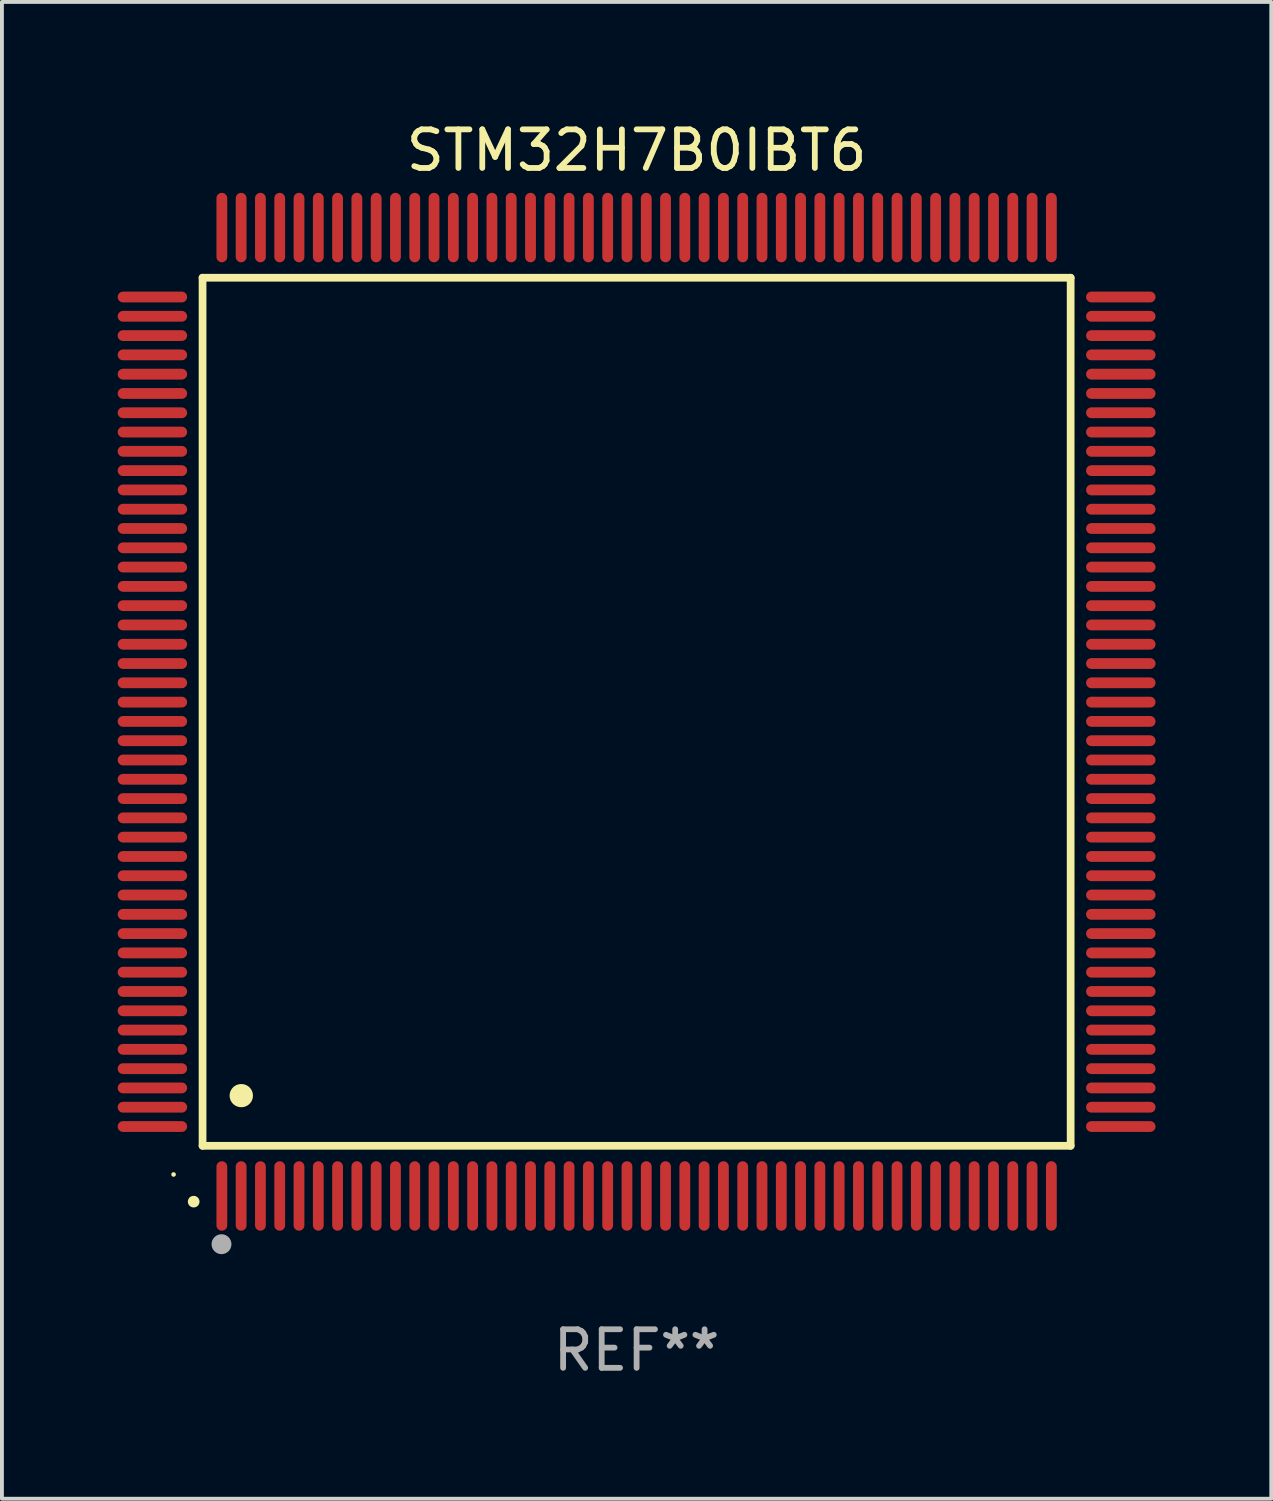
<source format=kicad_pcb>
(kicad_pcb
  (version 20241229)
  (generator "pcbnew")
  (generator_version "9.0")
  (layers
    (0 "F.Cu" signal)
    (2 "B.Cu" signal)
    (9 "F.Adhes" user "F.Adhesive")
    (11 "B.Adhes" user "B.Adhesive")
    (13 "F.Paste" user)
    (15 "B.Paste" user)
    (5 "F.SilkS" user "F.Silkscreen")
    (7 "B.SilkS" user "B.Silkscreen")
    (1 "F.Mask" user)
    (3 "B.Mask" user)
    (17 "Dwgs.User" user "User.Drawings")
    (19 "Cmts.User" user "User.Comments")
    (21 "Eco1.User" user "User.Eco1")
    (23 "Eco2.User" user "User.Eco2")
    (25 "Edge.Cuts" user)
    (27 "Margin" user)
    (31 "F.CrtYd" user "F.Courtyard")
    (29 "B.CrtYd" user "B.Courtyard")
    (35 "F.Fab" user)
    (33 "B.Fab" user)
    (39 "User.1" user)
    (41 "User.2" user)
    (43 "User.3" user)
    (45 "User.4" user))
  (footprint "STM32H7B0IBT6"
    (layer "F.Cu")
    (at 13.45 15.398)
    (property "Reference" "STM32H7B0IBT6" (at 0 -14.55 0) (layer "F.SilkS") (effects (font (size 1 1) (thickness 0.15))))
    (attr through_hole)
    (fp_line (start -11.25 -11.25) (end 11.25 -11.25) (stroke (width 0.2) (type solid)) (layer "F.SilkS"))
    (fp_line (start -11.25 11.25) (end -11.25 -11.25) (stroke (width 0.2) (type solid)) (layer "F.SilkS"))
    (fp_line (start 11.25 -11.25) (end 11.25 11.25) (stroke (width 0.2) (type solid)) (layer "F.SilkS"))
    (fp_line (start 11.25 11.25) (end -11.25 11.25) (stroke (width 0.2) (type solid)) (layer "F.SilkS"))
    (fp_arc (start -11.481382 12.697206) (mid -11.480112 12.697201) (end -11.478842 12.697206) (stroke (width 0.3) (type solid)) (layer "F.SilkS"))
    (fp_arc (start -10.24892 9.9492) (mid -10.24638 9.949189) (end -10.24384 9.9492) (stroke (width 0.6) (type solid)) (layer "F.SilkS"))
    (fp_circle (center -12.001 11.993) (end -11.971 11.993) (stroke (width 0.06) (type solid)) (fill no) (layer "F.SilkS"))
    (fp_circle (center -10.759 13.8) (end -10.628 13.8) (stroke (width 0.254) (type solid)) (fill no) (layer "F.Fab"))
    (fp_text user "REF**" (at 0 16.55 0) (layer "F.Fab") (effects (font (size 1 1) (thickness 0.15))))
    (pad "1" smd oval (at -10.75 12.55 180) (size 0.28 1.8) (layers "F.Cu" "F.Mask" "F.Paste"))
    (pad "2" smd oval (at -10.25 12.55 180) (size 0.28 1.8) (layers "F.Cu" "F.Mask" "F.Paste"))
    (pad "3" smd oval (at -9.75 12.55 180) (size 0.28 1.8) (layers "F.Cu" "F.Mask" "F.Paste"))
    (pad "4" smd oval (at -9.25 12.55 180) (size 0.28 1.8) (layers "F.Cu" "F.Mask" "F.Paste"))
    (pad "5" smd oval (at -8.75 12.55 180) (size 0.28 1.8) (layers "F.Cu" "F.Mask" "F.Paste"))
    (pad "6" smd oval (at -8.25 12.55 180) (size 0.28 1.8) (layers "F.Cu" "F.Mask" "F.Paste"))
    (pad "7" smd oval (at -7.75 12.55 180) (size 0.28 1.8) (layers "F.Cu" "F.Mask" "F.Paste"))
    (pad "8" smd oval (at -7.25 12.55 180) (size 0.28 1.8) (layers "F.Cu" "F.Mask" "F.Paste"))
    (pad "9" smd oval (at -6.75 12.55 180) (size 0.28 1.8) (layers "F.Cu" "F.Mask" "F.Paste"))
    (pad "10" smd oval (at -6.25 12.55 180) (size 0.28 1.8) (layers "F.Cu" "F.Mask" "F.Paste"))
    (pad "11" smd oval (at -5.75 12.55 180) (size 0.28 1.8) (layers "F.Cu" "F.Mask" "F.Paste"))
    (pad "12" smd oval (at -5.25 12.55 180) (size 0.28 1.8) (layers "F.Cu" "F.Mask" "F.Paste"))
    (pad "13" smd oval (at -4.75 12.55 180) (size 0.28 1.8) (layers "F.Cu" "F.Mask" "F.Paste"))
    (pad "14" smd oval (at -4.25 12.55 180) (size 0.28 1.8) (layers "F.Cu" "F.Mask" "F.Paste"))
    (pad "15" smd oval (at -3.75 12.55 180) (size 0.28 1.8) (layers "F.Cu" "F.Mask" "F.Paste"))
    (pad "16" smd oval (at -3.25 12.55 180) (size 0.28 1.8) (layers "F.Cu" "F.Mask" "F.Paste"))
    (pad "17" smd oval (at -2.75 12.55 180) (size 0.28 1.8) (layers "F.Cu" "F.Mask" "F.Paste"))
    (pad "18" smd oval (at -2.25 12.55 180) (size 0.28 1.8) (layers "F.Cu" "F.Mask" "F.Paste"))
    (pad "19" smd oval (at -1.75 12.55 180) (size 0.28 1.8) (layers "F.Cu" "F.Mask" "F.Paste"))
    (pad "20" smd oval (at -1.25 12.55 180) (size 0.28 1.8) (layers "F.Cu" "F.Mask" "F.Paste"))
    (pad "21" smd oval (at -0.75 12.55 180) (size 0.28 1.8) (layers "F.Cu" "F.Mask" "F.Paste"))
    (pad "22" smd oval (at -0.25 12.55 180) (size 0.28 1.8) (layers "F.Cu" "F.Mask" "F.Paste"))
    (pad "23" smd oval (at 0.25 12.55 180) (size 0.28 1.8) (layers "F.Cu" "F.Mask" "F.Paste"))
    (pad "24" smd oval (at 0.75 12.55 180) (size 0.28 1.8) (layers "F.Cu" "F.Mask" "F.Paste"))
    (pad "25" smd oval (at 1.25 12.55 180) (size 0.28 1.8) (layers "F.Cu" "F.Mask" "F.Paste"))
    (pad "26" smd oval (at 1.75 12.55 180) (size 0.28 1.8) (layers "F.Cu" "F.Mask" "F.Paste"))
    (pad "27" smd oval (at 2.25 12.55 180) (size 0.28 1.8) (layers "F.Cu" "F.Mask" "F.Paste"))
    (pad "28" smd oval (at 2.75 12.55 180) (size 0.28 1.8) (layers "F.Cu" "F.Mask" "F.Paste"))
    (pad "29" smd oval (at 3.25 12.55 180) (size 0.28 1.8) (layers "F.Cu" "F.Mask" "F.Paste"))
    (pad "30" smd oval (at 3.75 12.55 180) (size 0.28 1.8) (layers "F.Cu" "F.Mask" "F.Paste"))
    (pad "31" smd oval (at 4.25 12.55 180) (size 0.28 1.8) (layers "F.Cu" "F.Mask" "F.Paste"))
    (pad "32" smd oval (at 4.75 12.55 180) (size 0.28 1.8) (layers "F.Cu" "F.Mask" "F.Paste"))
    (pad "33" smd oval (at 5.25 12.55 180) (size 0.28 1.8) (layers "F.Cu" "F.Mask" "F.Paste"))
    (pad "34" smd oval (at 5.75 12.55 180) (size 0.28 1.8) (layers "F.Cu" "F.Mask" "F.Paste"))
    (pad "35" smd oval (at 6.25 12.55 180) (size 0.28 1.8) (layers "F.Cu" "F.Mask" "F.Paste"))
    (pad "36" smd oval (at 6.75 12.55 180) (size 0.28 1.8) (layers "F.Cu" "F.Mask" "F.Paste"))
    (pad "37" smd oval (at 7.25 12.55 180) (size 0.28 1.8) (layers "F.Cu" "F.Mask" "F.Paste"))
    (pad "38" smd oval (at 7.75 12.55 180) (size 0.28 1.8) (layers "F.Cu" "F.Mask" "F.Paste"))
    (pad "39" smd oval (at 8.25 12.55 180) (size 0.28 1.8) (layers "F.Cu" "F.Mask" "F.Paste"))
    (pad "40" smd oval (at 8.75 12.55 180) (size 0.28 1.8) (layers "F.Cu" "F.Mask" "F.Paste"))
    (pad "41" smd oval (at 9.25 12.55 180) (size 0.28 1.8) (layers "F.Cu" "F.Mask" "F.Paste"))
    (pad "42" smd oval (at 9.75 12.55 180) (size 0.28 1.8) (layers "F.Cu" "F.Mask" "F.Paste"))
    (pad "43" smd oval (at 10.25 12.55 180) (size 0.28 1.8) (layers "F.Cu" "F.Mask" "F.Paste"))
    (pad "44" smd oval (at 10.75 12.55 180) (size 0.28 1.8) (layers "F.Cu" "F.Mask" "F.Paste"))
    (pad "45" smd oval (at 12.55 10.75 90) (size 0.28 1.8) (layers "F.Cu" "F.Mask" "F.Paste"))
    (pad "46" smd oval (at 12.55 10.25 90) (size 0.28 1.8) (layers "F.Cu" "F.Mask" "F.Paste"))
    (pad "47" smd oval (at 12.55 9.75 90) (size 0.28 1.8) (layers "F.Cu" "F.Mask" "F.Paste"))
    (pad "48" smd oval (at 12.55 9.25 90) (size 0.28 1.8) (layers "F.Cu" "F.Mask" "F.Paste"))
    (pad "49" smd oval (at 12.55 8.75 90) (size 0.28 1.8) (layers "F.Cu" "F.Mask" "F.Paste"))
    (pad "50" smd oval (at 12.55 8.25 90) (size 0.28 1.8) (layers "F.Cu" "F.Mask" "F.Paste"))
    (pad "51" smd oval (at 12.55 7.75 90) (size 0.28 1.8) (layers "F.Cu" "F.Mask" "F.Paste"))
    (pad "52" smd oval (at 12.55 7.25 90) (size 0.28 1.8) (layers "F.Cu" "F.Mask" "F.Paste"))
    (pad "53" smd oval (at 12.55 6.75 90) (size 0.28 1.8) (layers "F.Cu" "F.Mask" "F.Paste"))
    (pad "54" smd oval (at 12.55 6.25 90) (size 0.28 1.8) (layers "F.Cu" "F.Mask" "F.Paste"))
    (pad "55" smd oval (at 12.55 5.75 90) (size 0.28 1.8) (layers "F.Cu" "F.Mask" "F.Paste"))
    (pad "56" smd oval (at 12.55 5.25 90) (size 0.28 1.8) (layers "F.Cu" "F.Mask" "F.Paste"))
    (pad "57" smd oval (at 12.55 4.75 90) (size 0.28 1.8) (layers "F.Cu" "F.Mask" "F.Paste"))
    (pad "58" smd oval (at 12.55 4.25 90) (size 0.28 1.8) (layers "F.Cu" "F.Mask" "F.Paste"))
    (pad "59" smd oval (at 12.55 3.75 90) (size 0.28 1.8) (layers "F.Cu" "F.Mask" "F.Paste"))
    (pad "60" smd oval (at 12.55 3.25 90) (size 0.28 1.8) (layers "F.Cu" "F.Mask" "F.Paste"))
    (pad "61" smd oval (at 12.55 2.75 90) (size 0.28 1.8) (layers "F.Cu" "F.Mask" "F.Paste"))
    (pad "62" smd oval (at 12.55 2.25 90) (size 0.28 1.8) (layers "F.Cu" "F.Mask" "F.Paste"))
    (pad "63" smd oval (at 12.55 1.75 90) (size 0.28 1.8) (layers "F.Cu" "F.Mask" "F.Paste"))
    (pad "64" smd oval (at 12.55 1.25 90) (size 0.28 1.8) (layers "F.Cu" "F.Mask" "F.Paste"))
    (pad "65" smd oval (at 12.55 0.75 90) (size 0.28 1.8) (layers "F.Cu" "F.Mask" "F.Paste"))
    (pad "66" smd oval (at 12.55 0.25 90) (size 0.28 1.8) (layers "F.Cu" "F.Mask" "F.Paste"))
    (pad "67" smd oval (at 12.55 -0.25 90) (size 0.28 1.8) (layers "F.Cu" "F.Mask" "F.Paste"))
    (pad "68" smd oval (at 12.55 -0.75 90) (size 0.28 1.8) (layers "F.Cu" "F.Mask" "F.Paste"))
    (pad "69" smd oval (at 12.55 -1.25 90) (size 0.28 1.8) (layers "F.Cu" "F.Mask" "F.Paste"))
    (pad "70" smd oval (at 12.55 -1.75 90) (size 0.28 1.8) (layers "F.Cu" "F.Mask" "F.Paste"))
    (pad "71" smd oval (at 12.55 -2.25 90) (size 0.28 1.8) (layers "F.Cu" "F.Mask" "F.Paste"))
    (pad "72" smd oval (at 12.55 -2.75 90) (size 0.28 1.8) (layers "F.Cu" "F.Mask" "F.Paste"))
    (pad "73" smd oval (at 12.55 -3.25 90) (size 0.28 1.8) (layers "F.Cu" "F.Mask" "F.Paste"))
    (pad "74" smd oval (at 12.55 -3.75 90) (size 0.28 1.8) (layers "F.Cu" "F.Mask" "F.Paste"))
    (pad "75" smd oval (at 12.55 -4.25 90) (size 0.28 1.8) (layers "F.Cu" "F.Mask" "F.Paste"))
    (pad "76" smd oval (at 12.55 -4.75 90) (size 0.28 1.8) (layers "F.Cu" "F.Mask" "F.Paste"))
    (pad "77" smd oval (at 12.55 -5.25 90) (size 0.28 1.8) (layers "F.Cu" "F.Mask" "F.Paste"))
    (pad "78" smd oval (at 12.55 -5.75 90) (size 0.28 1.8) (layers "F.Cu" "F.Mask" "F.Paste"))
    (pad "79" smd oval (at 12.55 -6.25 90) (size 0.28 1.8) (layers "F.Cu" "F.Mask" "F.Paste"))
    (pad "80" smd oval (at 12.55 -6.75 90) (size 0.28 1.8) (layers "F.Cu" "F.Mask" "F.Paste"))
    (pad "81" smd oval (at 12.55 -7.25 90) (size 0.28 1.8) (layers "F.Cu" "F.Mask" "F.Paste"))
    (pad "82" smd oval (at 12.55 -7.75 90) (size 0.28 1.8) (layers "F.Cu" "F.Mask" "F.Paste"))
    (pad "83" smd oval (at 12.55 -8.25 90) (size 0.28 1.8) (layers "F.Cu" "F.Mask" "F.Paste"))
    (pad "84" smd oval (at 12.55 -8.75 90) (size 0.28 1.8) (layers "F.Cu" "F.Mask" "F.Paste"))
    (pad "85" smd oval (at 12.55 -9.25 90) (size 0.28 1.8) (layers "F.Cu" "F.Mask" "F.Paste"))
    (pad "86" smd oval (at 12.55 -9.75 90) (size 0.28 1.8) (layers "F.Cu" "F.Mask" "F.Paste"))
    (pad "87" smd oval (at 12.55 -10.25 90) (size 0.28 1.8) (layers "F.Cu" "F.Mask" "F.Paste"))
    (pad "88" smd oval (at 12.55 -10.75 90) (size 0.28 1.8) (layers "F.Cu" "F.Mask" "F.Paste"))
    (pad "89" smd oval (at 10.75 -12.55 180) (size 0.28 1.8) (layers "F.Cu" "F.Mask" "F.Paste"))
    (pad "90" smd oval (at 10.25 -12.55 180) (size 0.28 1.8) (layers "F.Cu" "F.Mask" "F.Paste"))
    (pad "91" smd oval (at 9.75 -12.55 180) (size 0.28 1.8) (layers "F.Cu" "F.Mask" "F.Paste"))
    (pad "92" smd oval (at 9.25 -12.55 180) (size 0.28 1.8) (layers "F.Cu" "F.Mask" "F.Paste"))
    (pad "93" smd oval (at 8.75 -12.55 180) (size 0.28 1.8) (layers "F.Cu" "F.Mask" "F.Paste"))
    (pad "94" smd oval (at 8.25 -12.55 180) (size 0.28 1.8) (layers "F.Cu" "F.Mask" "F.Paste"))
    (pad "95" smd oval (at 7.75 -12.55 180) (size 0.28 1.8) (layers "F.Cu" "F.Mask" "F.Paste"))
    (pad "96" smd oval (at 7.25 -12.55 180) (size 0.28 1.8) (layers "F.Cu" "F.Mask" "F.Paste"))
    (pad "97" smd oval (at 6.75 -12.55 180) (size 0.28 1.8) (layers "F.Cu" "F.Mask" "F.Paste"))
    (pad "98" smd oval (at 6.25 -12.55 180) (size 0.28 1.8) (layers "F.Cu" "F.Mask" "F.Paste"))
    (pad "99" smd oval (at 5.75 -12.55 180) (size 0.28 1.8) (layers "F.Cu" "F.Mask" "F.Paste"))
    (pad "100" smd oval (at 5.25 -12.55 180) (size 0.28 1.8) (layers "F.Cu" "F.Mask" "F.Paste"))
    (pad "101" smd oval (at 4.75 -12.55 180) (size 0.28 1.8) (layers "F.Cu" "F.Mask" "F.Paste"))
    (pad "102" smd oval (at 4.25 -12.55 180) (size 0.28 1.8) (layers "F.Cu" "F.Mask" "F.Paste"))
    (pad "103" smd oval (at 3.75 -12.55 180) (size 0.28 1.8) (layers "F.Cu" "F.Mask" "F.Paste"))
    (pad "104" smd oval (at 3.25 -12.55 180) (size 0.28 1.8) (layers "F.Cu" "F.Mask" "F.Paste"))
    (pad "105" smd oval (at 2.75 -12.55 180) (size 0.28 1.8) (layers "F.Cu" "F.Mask" "F.Paste"))
    (pad "106" smd oval (at 2.25 -12.55 180) (size 0.28 1.8) (layers "F.Cu" "F.Mask" "F.Paste"))
    (pad "107" smd oval (at 1.75 -12.55 180) (size 0.28 1.8) (layers "F.Cu" "F.Mask" "F.Paste"))
    (pad "108" smd oval (at 1.25 -12.55 180) (size 0.28 1.8) (layers "F.Cu" "F.Mask" "F.Paste"))
    (pad "109" smd oval (at 0.75 -12.55 180) (size 0.28 1.8) (layers "F.Cu" "F.Mask" "F.Paste"))
    (pad "110" smd oval (at 0.25 -12.55 180) (size 0.28 1.8) (layers "F.Cu" "F.Mask" "F.Paste"))
    (pad "111" smd oval (at -0.25 -12.55 180) (size 0.28 1.8) (layers "F.Cu" "F.Mask" "F.Paste"))
    (pad "112" smd oval (at -0.75 -12.55 180) (size 0.28 1.8) (layers "F.Cu" "F.Mask" "F.Paste"))
    (pad "113" smd oval (at -1.25 -12.55 180) (size 0.28 1.8) (layers "F.Cu" "F.Mask" "F.Paste"))
    (pad "114" smd oval (at -1.75 -12.55 180) (size 0.28 1.8) (layers "F.Cu" "F.Mask" "F.Paste"))
    (pad "115" smd oval (at -2.25 -12.55 180) (size 0.28 1.8) (layers "F.Cu" "F.Mask" "F.Paste"))
    (pad "116" smd oval (at -2.75 -12.55 180) (size 0.28 1.8) (layers "F.Cu" "F.Mask" "F.Paste"))
    (pad "117" smd oval (at -3.25 -12.55 180) (size 0.28 1.8) (layers "F.Cu" "F.Mask" "F.Paste"))
    (pad "118" smd oval (at -3.75 -12.55 180) (size 0.28 1.8) (layers "F.Cu" "F.Mask" "F.Paste"))
    (pad "119" smd oval (at -4.25 -12.55 180) (size 0.28 1.8) (layers "F.Cu" "F.Mask" "F.Paste"))
    (pad "120" smd oval (at -4.75 -12.55 180) (size 0.28 1.8) (layers "F.Cu" "F.Mask" "F.Paste"))
    (pad "121" smd oval (at -5.25 -12.55 180) (size 0.28 1.8) (layers "F.Cu" "F.Mask" "F.Paste"))
    (pad "122" smd oval (at -5.75 -12.55 180) (size 0.28 1.8) (layers "F.Cu" "F.Mask" "F.Paste"))
    (pad "123" smd oval (at -6.25 -12.55 180) (size 0.28 1.8) (layers "F.Cu" "F.Mask" "F.Paste"))
    (pad "124" smd oval (at -6.75 -12.55 180) (size 0.28 1.8) (layers "F.Cu" "F.Mask" "F.Paste"))
    (pad "125" smd oval (at -7.25 -12.55 180) (size 0.28 1.8) (layers "F.Cu" "F.Mask" "F.Paste"))
    (pad "126" smd oval (at -7.75 -12.55 180) (size 0.28 1.8) (layers "F.Cu" "F.Mask" "F.Paste"))
    (pad "127" smd oval (at -8.25 -12.55 180) (size 0.28 1.8) (layers "F.Cu" "F.Mask" "F.Paste"))
    (pad "128" smd oval (at -8.75 -12.55 180) (size 0.28 1.8) (layers "F.Cu" "F.Mask" "F.Paste"))
    (pad "129" smd oval (at -9.25 -12.55 180) (size 0.28 1.8) (layers "F.Cu" "F.Mask" "F.Paste"))
    (pad "130" smd oval (at -9.75 -12.55 180) (size 0.28 1.8) (layers "F.Cu" "F.Mask" "F.Paste"))
    (pad "131" smd oval (at -10.25 -12.55 180) (size 0.28 1.8) (layers "F.Cu" "F.Mask" "F.Paste"))
    (pad "132" smd oval (at -10.75 -12.55 180) (size 0.28 1.8) (layers "F.Cu" "F.Mask" "F.Paste"))
    (pad "133" smd oval (at -12.55 -10.75 90) (size 0.28 1.8) (layers "F.Cu" "F.Mask" "F.Paste"))
    (pad "134" smd oval (at -12.55 -10.25 90) (size 0.28 1.8) (layers "F.Cu" "F.Mask" "F.Paste"))
    (pad "135" smd oval (at -12.55 -9.75 90) (size 0.28 1.8) (layers "F.Cu" "F.Mask" "F.Paste"))
    (pad "136" smd oval (at -12.55 -9.25 90) (size 0.28 1.8) (layers "F.Cu" "F.Mask" "F.Paste"))
    (pad "137" smd oval (at -12.55 -8.75 90) (size 0.28 1.8) (layers "F.Cu" "F.Mask" "F.Paste"))
    (pad "138" smd oval (at -12.55 -8.25 90) (size 0.28 1.8) (layers "F.Cu" "F.Mask" "F.Paste"))
    (pad "139" smd oval (at -12.55 -7.75 90) (size 0.28 1.8) (layers "F.Cu" "F.Mask" "F.Paste"))
    (pad "140" smd oval (at -12.55 -7.25 90) (size 0.28 1.8) (layers "F.Cu" "F.Mask" "F.Paste"))
    (pad "141" smd oval (at -12.55 -6.75 90) (size 0.28 1.8) (layers "F.Cu" "F.Mask" "F.Paste"))
    (pad "142" smd oval (at -12.55 -6.25 90) (size 0.28 1.8) (layers "F.Cu" "F.Mask" "F.Paste"))
    (pad "143" smd oval (at -12.55 -5.75 90) (size 0.28 1.8) (layers "F.Cu" "F.Mask" "F.Paste"))
    (pad "144" smd oval (at -12.55 -5.25 90) (size 0.28 1.8) (layers "F.Cu" "F.Mask" "F.Paste"))
    (pad "145" smd oval (at -12.55 -4.75 90) (size 0.28 1.8) (layers "F.Cu" "F.Mask" "F.Paste"))
    (pad "146" smd oval (at -12.55 -4.25 90) (size 0.28 1.8) (layers "F.Cu" "F.Mask" "F.Paste"))
    (pad "147" smd oval (at -12.55 -3.75 90) (size 0.28 1.8) (layers "F.Cu" "F.Mask" "F.Paste"))
    (pad "148" smd oval (at -12.55 -3.25 90) (size 0.28 1.8) (layers "F.Cu" "F.Mask" "F.Paste"))
    (pad "149" smd oval (at -12.55 -2.75 90) (size 0.28 1.8) (layers "F.Cu" "F.Mask" "F.Paste"))
    (pad "150" smd oval (at -12.55 -2.25 90) (size 0.28 1.8) (layers "F.Cu" "F.Mask" "F.Paste"))
    (pad "151" smd oval (at -12.55 -1.75 90) (size 0.28 1.8) (layers "F.Cu" "F.Mask" "F.Paste"))
    (pad "152" smd oval (at -12.55 -1.25 90) (size 0.28 1.8) (layers "F.Cu" "F.Mask" "F.Paste"))
    (pad "153" smd oval (at -12.55 -0.75 90) (size 0.28 1.8) (layers "F.Cu" "F.Mask" "F.Paste"))
    (pad "154" smd oval (at -12.55 -0.25 90) (size 0.28 1.8) (layers "F.Cu" "F.Mask" "F.Paste"))
    (pad "155" smd oval (at -12.55 0.25 90) (size 0.28 1.8) (layers "F.Cu" "F.Mask" "F.Paste"))
    (pad "156" smd oval (at -12.55 0.75 90) (size 0.28 1.8) (layers "F.Cu" "F.Mask" "F.Paste"))
    (pad "157" smd oval (at -12.55 1.25 90) (size 0.28 1.8) (layers "F.Cu" "F.Mask" "F.Paste"))
    (pad "158" smd oval (at -12.55 1.75 90) (size 0.28 1.8) (layers "F.Cu" "F.Mask" "F.Paste"))
    (pad "159" smd oval (at -12.55 2.25 90) (size 0.28 1.8) (layers "F.Cu" "F.Mask" "F.Paste"))
    (pad "160" smd oval (at -12.55 2.75 90) (size 0.28 1.8) (layers "F.Cu" "F.Mask" "F.Paste"))
    (pad "161" smd oval (at -12.55 3.25 90) (size 0.28 1.8) (layers "F.Cu" "F.Mask" "F.Paste"))
    (pad "162" smd oval (at -12.55 3.75 90) (size 0.28 1.8) (layers "F.Cu" "F.Mask" "F.Paste"))
    (pad "163" smd oval (at -12.55 4.25 90) (size 0.28 1.8) (layers "F.Cu" "F.Mask" "F.Paste"))
    (pad "164" smd oval (at -12.55 4.75 90) (size 0.28 1.8) (layers "F.Cu" "F.Mask" "F.Paste"))
    (pad "165" smd oval (at -12.55 5.25 90) (size 0.28 1.8) (layers "F.Cu" "F.Mask" "F.Paste"))
    (pad "166" smd oval (at -12.55 5.75 90) (size 0.28 1.8) (layers "F.Cu" "F.Mask" "F.Paste"))
    (pad "167" smd oval (at -12.55 6.25 90) (size 0.28 1.8) (layers "F.Cu" "F.Mask" "F.Paste"))
    (pad "168" smd oval (at -12.55 6.75 90) (size 0.28 1.8) (layers "F.Cu" "F.Mask" "F.Paste"))
    (pad "169" smd oval (at -12.55 7.25 90) (size 0.28 1.8) (layers "F.Cu" "F.Mask" "F.Paste"))
    (pad "170" smd oval (at -12.55 7.75 90) (size 0.28 1.8) (layers "F.Cu" "F.Mask" "F.Paste"))
    (pad "171" smd oval (at -12.55 8.25 90) (size 0.28 1.8) (layers "F.Cu" "F.Mask" "F.Paste"))
    (pad "172" smd oval (at -12.55 8.75 90) (size 0.28 1.8) (layers "F.Cu" "F.Mask" "F.Paste"))
    (pad "173" smd oval (at -12.55 9.25 90) (size 0.28 1.8) (layers "F.Cu" "F.Mask" "F.Paste"))
    (pad "174" smd oval (at -12.55 9.75 90) (size 0.28 1.8) (layers "F.Cu" "F.Mask" "F.Paste"))
    (pad "175" smd oval (at -12.55 10.25 90) (size 0.28 1.8) (layers "F.Cu" "F.Mask" "F.Paste"))
    (pad "176" smd oval (at -12.55 10.75 90) (size 0.28 1.8) (layers "F.Cu" "F.Mask" "F.Paste")))
  (gr_rect
    (start -3 -3)
    (end 29.9 35.796)
    (stroke (width 0.1) (type default))
    (fill no)
    (layer "Edge.Cuts")))
</source>
